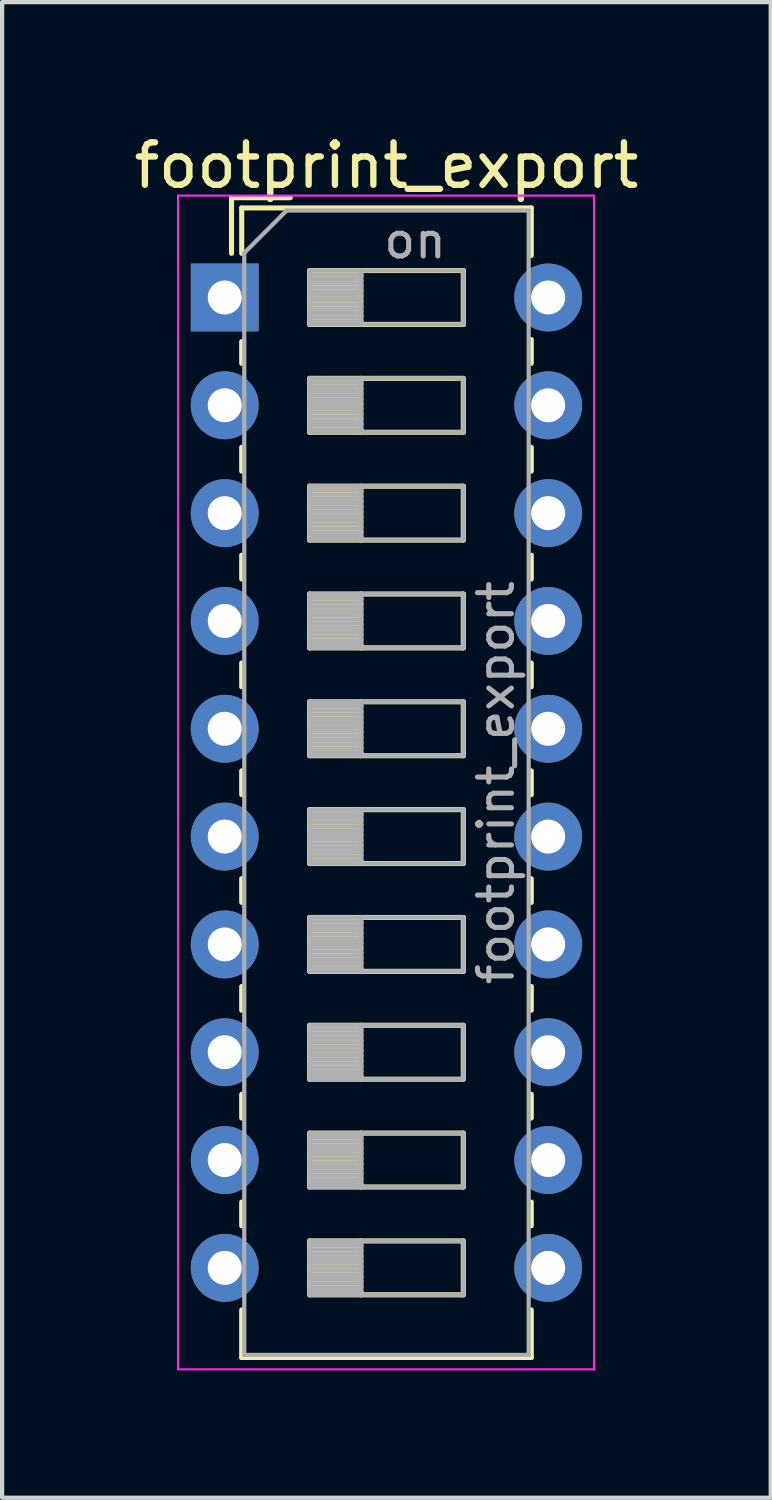
<source format=kicad_pcb>
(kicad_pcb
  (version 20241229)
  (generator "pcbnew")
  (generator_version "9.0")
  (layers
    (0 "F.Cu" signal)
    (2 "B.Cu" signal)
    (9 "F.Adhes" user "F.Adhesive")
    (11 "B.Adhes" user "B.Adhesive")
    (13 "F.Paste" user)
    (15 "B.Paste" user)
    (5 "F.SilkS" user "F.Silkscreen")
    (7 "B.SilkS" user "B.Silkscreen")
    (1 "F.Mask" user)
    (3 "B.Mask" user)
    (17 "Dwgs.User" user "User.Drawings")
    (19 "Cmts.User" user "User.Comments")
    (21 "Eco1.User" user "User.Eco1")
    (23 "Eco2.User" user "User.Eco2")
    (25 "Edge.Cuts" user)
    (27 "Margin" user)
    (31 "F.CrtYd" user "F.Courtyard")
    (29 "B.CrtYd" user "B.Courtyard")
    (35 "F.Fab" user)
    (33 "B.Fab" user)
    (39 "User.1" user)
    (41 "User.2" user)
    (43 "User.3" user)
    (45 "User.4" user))
  (footprint "footprint_export"
    (layer "F.Cu")
    (at 2.244 3.958)
    (property "Reference" "footprint_export" (at 3.81 -3.11 0) (layer "F.SilkS") (effects (font (size 1 1) (thickness 0.15))))
    (attr through_hole)
    (fp_line (start 0.16 -2.35) (end 0.16 -1.04) (stroke (width 0.12) (type solid)) (layer "F.SilkS"))
    (fp_line (start 0.16 -2.35) (end 1.543 -2.35) (stroke (width 0.12) (type solid)) (layer "F.SilkS"))
    (fp_line (start 0.4 -2.11) (end 0.4 -1.04) (stroke (width 0.12) (type solid)) (layer "F.SilkS"))
    (fp_line (start 0.4 -2.11) (end 7.221 -2.11) (stroke (width 0.12) (type solid)) (layer "F.SilkS"))
    (fp_line (start 0.4 1.04) (end 0.4 1.551) (stroke (width 0.12) (type solid)) (layer "F.SilkS"))
    (fp_line (start 0.4 3.53) (end 0.4 4.091) (stroke (width 0.12) (type solid)) (layer "F.SilkS"))
    (fp_line (start 0.4 6.07) (end 0.4 6.631) (stroke (width 0.12) (type solid)) (layer "F.SilkS"))
    (fp_line (start 0.4 8.61) (end 0.4 9.17) (stroke (width 0.12) (type solid)) (layer "F.SilkS"))
    (fp_line (start 0.4 11.15) (end 0.4 11.71) (stroke (width 0.12) (type solid)) (layer "F.SilkS"))
    (fp_line (start 0.4 13.69) (end 0.4 14.25) (stroke (width 0.12) (type solid)) (layer "F.SilkS"))
    (fp_line (start 0.4 16.23) (end 0.4 16.79) (stroke (width 0.12) (type solid)) (layer "F.SilkS"))
    (fp_line (start 0.4 18.77) (end 0.4 19.33) (stroke (width 0.12) (type solid)) (layer "F.SilkS"))
    (fp_line (start 0.4 21.31) (end 0.4 21.87) (stroke (width 0.12) (type solid)) (layer "F.SilkS"))
    (fp_line (start 0.4 23.85) (end 0.4 24.971) (stroke (width 0.12) (type solid)) (layer "F.SilkS"))
    (fp_line (start 0.4 24.971) (end 7.221 24.971) (stroke (width 0.12) (type solid)) (layer "F.SilkS"))
    (fp_line (start 2 -0.635) (end 2 0.635) (stroke (width 0.12) (type solid)) (layer "F.SilkS"))
    (fp_line (start 2 -0.515) (end 3.207 -0.515) (stroke (width 0.12) (type solid)) (layer "F.SilkS"))
    (fp_line (start 2 -0.395) (end 3.207 -0.395) (stroke (width 0.12) (type solid)) (layer "F.SilkS"))
    (fp_line (start 2 -0.275) (end 3.207 -0.275) (stroke (width 0.12) (type solid)) (layer "F.SilkS"))
    (fp_line (start 2 -0.155) (end 3.207 -0.155) (stroke (width 0.12) (type solid)) (layer "F.SilkS"))
    (fp_line (start 2 -0.035) (end 3.207 -0.035) (stroke (width 0.12) (type solid)) (layer "F.SilkS"))
    (fp_line (start 2 0.085) (end 3.207 0.085) (stroke (width 0.12) (type solid)) (layer "F.SilkS"))
    (fp_line (start 2 0.205) (end 3.207 0.205) (stroke (width 0.12) (type solid)) (layer "F.SilkS"))
    (fp_line (start 2 0.325) (end 3.207 0.325) (stroke (width 0.12) (type solid)) (layer "F.SilkS"))
    (fp_line (start 2 0.445) (end 3.207 0.445) (stroke (width 0.12) (type solid)) (layer "F.SilkS"))
    (fp_line (start 2 0.565) (end 3.207 0.565) (stroke (width 0.12) (type solid)) (layer "F.SilkS"))
    (fp_line (start 2 0.635) (end 5.62 0.635) (stroke (width 0.12) (type solid)) (layer "F.SilkS"))
    (fp_line (start 2 1.905) (end 2 3.175) (stroke (width 0.12) (type solid)) (layer "F.SilkS"))
    (fp_line (start 2 2.025) (end 3.207 2.025) (stroke (width 0.12) (type solid)) (layer "F.SilkS"))
    (fp_line (start 2 2.145) (end 3.207 2.145) (stroke (width 0.12) (type solid)) (layer "F.SilkS"))
    (fp_line (start 2 2.265) (end 3.207 2.265) (stroke (width 0.12) (type solid)) (layer "F.SilkS"))
    (fp_line (start 2 2.385) (end 3.207 2.385) (stroke (width 0.12) (type solid)) (layer "F.SilkS"))
    (fp_line (start 2 2.505) (end 3.207 2.505) (stroke (width 0.12) (type solid)) (layer "F.SilkS"))
    (fp_line (start 2 2.625) (end 3.207 2.625) (stroke (width 0.12) (type solid)) (layer "F.SilkS"))
    (fp_line (start 2 2.745) (end 3.207 2.745) (stroke (width 0.12) (type solid)) (layer "F.SilkS"))
    (fp_line (start 2 2.865) (end 3.207 2.865) (stroke (width 0.12) (type solid)) (layer "F.SilkS"))
    (fp_line (start 2 2.985) (end 3.207 2.985) (stroke (width 0.12) (type solid)) (layer "F.SilkS"))
    (fp_line (start 2 3.105) (end 3.207 3.105) (stroke (width 0.12) (type solid)) (layer "F.SilkS"))
    (fp_line (start 2 3.175) (end 5.62 3.175) (stroke (width 0.12) (type solid)) (layer "F.SilkS"))
    (fp_line (start 2 4.445) (end 2 5.715) (stroke (width 0.12) (type solid)) (layer "F.SilkS"))
    (fp_line (start 2 4.565) (end 3.207 4.565) (stroke (width 0.12) (type solid)) (layer "F.SilkS"))
    (fp_line (start 2 4.685) (end 3.207 4.685) (stroke (width 0.12) (type solid)) (layer "F.SilkS"))
    (fp_line (start 2 4.805) (end 3.207 4.805) (stroke (width 0.12) (type solid)) (layer "F.SilkS"))
    (fp_line (start 2 4.925) (end 3.207 4.925) (stroke (width 0.12) (type solid)) (layer "F.SilkS"))
    (fp_line (start 2 5.045) (end 3.207 5.045) (stroke (width 0.12) (type solid)) (layer "F.SilkS"))
    (fp_line (start 2 5.165) (end 3.207 5.165) (stroke (width 0.12) (type solid)) (layer "F.SilkS"))
    (fp_line (start 2 5.285) (end 3.207 5.285) (stroke (width 0.12) (type solid)) (layer "F.SilkS"))
    (fp_line (start 2 5.405) (end 3.207 5.405) (stroke (width 0.12) (type solid)) (layer "F.SilkS"))
    (fp_line (start 2 5.525) (end 3.207 5.525) (stroke (width 0.12) (type solid)) (layer "F.SilkS"))
    (fp_line (start 2 5.645) (end 3.207 5.645) (stroke (width 0.12) (type solid)) (layer "F.SilkS"))
    (fp_line (start 2 5.715) (end 5.62 5.715) (stroke (width 0.12) (type solid)) (layer "F.SilkS"))
    (fp_line (start 2 6.985) (end 2 8.255) (stroke (width 0.12) (type solid)) (layer "F.SilkS"))
    (fp_line (start 2 7.105) (end 3.207 7.105) (stroke (width 0.12) (type solid)) (layer "F.SilkS"))
    (fp_line (start 2 7.225) (end 3.207 7.225) (stroke (width 0.12) (type solid)) (layer "F.SilkS"))
    (fp_line (start 2 7.345) (end 3.207 7.345) (stroke (width 0.12) (type solid)) (layer "F.SilkS"))
    (fp_line (start 2 7.465) (end 3.207 7.465) (stroke (width 0.12) (type solid)) (layer "F.SilkS"))
    (fp_line (start 2 7.585) (end 3.207 7.585) (stroke (width 0.12) (type solid)) (layer "F.SilkS"))
    (fp_line (start 2 7.705) (end 3.207 7.705) (stroke (width 0.12) (type solid)) (layer "F.SilkS"))
    (fp_line (start 2 7.825) (end 3.207 7.825) (stroke (width 0.12) (type solid)) (layer "F.SilkS"))
    (fp_line (start 2 7.945) (end 3.207 7.945) (stroke (width 0.12) (type solid)) (layer "F.SilkS"))
    (fp_line (start 2 8.065) (end 3.207 8.065) (stroke (width 0.12) (type solid)) (layer "F.SilkS"))
    (fp_line (start 2 8.185) (end 3.207 8.185) (stroke (width 0.12) (type solid)) (layer "F.SilkS"))
    (fp_line (start 2 8.255) (end 5.62 8.255) (stroke (width 0.12) (type solid)) (layer "F.SilkS"))
    (fp_line (start 2 9.525) (end 2 10.795) (stroke (width 0.12) (type solid)) (layer "F.SilkS"))
    (fp_line (start 2 9.645) (end 3.207 9.645) (stroke (width 0.12) (type solid)) (layer "F.SilkS"))
    (fp_line (start 2 9.765) (end 3.207 9.765) (stroke (width 0.12) (type solid)) (layer "F.SilkS"))
    (fp_line (start 2 9.885) (end 3.207 9.885) (stroke (width 0.12) (type solid)) (layer "F.SilkS"))
    (fp_line (start 2 10.005) (end 3.207 10.005) (stroke (width 0.12) (type solid)) (layer "F.SilkS"))
    (fp_line (start 2 10.125) (end 3.207 10.125) (stroke (width 0.12) (type solid)) (layer "F.SilkS"))
    (fp_line (start 2 10.245) (end 3.207 10.245) (stroke (width 0.12) (type solid)) (layer "F.SilkS"))
    (fp_line (start 2 10.365) (end 3.207 10.365) (stroke (width 0.12) (type solid)) (layer "F.SilkS"))
    (fp_line (start 2 10.485) (end 3.207 10.485) (stroke (width 0.12) (type solid)) (layer "F.SilkS"))
    (fp_line (start 2 10.605) (end 3.207 10.605) (stroke (width 0.12) (type solid)) (layer "F.SilkS"))
    (fp_line (start 2 10.725) (end 3.207 10.725) (stroke (width 0.12) (type solid)) (layer "F.SilkS"))
    (fp_line (start 2 10.795) (end 5.62 10.795) (stroke (width 0.12) (type solid)) (layer "F.SilkS"))
    (fp_line (start 2 12.065) (end 2 13.335) (stroke (width 0.12) (type solid)) (layer "F.SilkS"))
    (fp_line (start 2 12.185) (end 3.207 12.185) (stroke (width 0.12) (type solid)) (layer "F.SilkS"))
    (fp_line (start 2 12.305) (end 3.207 12.305) (stroke (width 0.12) (type solid)) (layer "F.SilkS"))
    (fp_line (start 2 12.425) (end 3.207 12.425) (stroke (width 0.12) (type solid)) (layer "F.SilkS"))
    (fp_line (start 2 12.545) (end 3.207 12.545) (stroke (width 0.12) (type solid)) (layer "F.SilkS"))
    (fp_line (start 2 12.665) (end 3.207 12.665) (stroke (width 0.12) (type solid)) (layer "F.SilkS"))
    (fp_line (start 2 12.785) (end 3.207 12.785) (stroke (width 0.12) (type solid)) (layer "F.SilkS"))
    (fp_line (start 2 12.905) (end 3.207 12.905) (stroke (width 0.12) (type solid)) (layer "F.SilkS"))
    (fp_line (start 2 13.025) (end 3.207 13.025) (stroke (width 0.12) (type solid)) (layer "F.SilkS"))
    (fp_line (start 2 13.145) (end 3.207 13.145) (stroke (width 0.12) (type solid)) (layer "F.SilkS"))
    (fp_line (start 2 13.265) (end 3.207 13.265) (stroke (width 0.12) (type solid)) (layer "F.SilkS"))
    (fp_line (start 2 13.335) (end 5.62 13.335) (stroke (width 0.12) (type solid)) (layer "F.SilkS"))
    (fp_line (start 2 14.605) (end 2 15.875) (stroke (width 0.12) (type solid)) (layer "F.SilkS"))
    (fp_line (start 2 14.725) (end 3.207 14.725) (stroke (width 0.12) (type solid)) (layer "F.SilkS"))
    (fp_line (start 2 14.845) (end 3.207 14.845) (stroke (width 0.12) (type solid)) (layer "F.SilkS"))
    (fp_line (start 2 14.965) (end 3.207 14.965) (stroke (width 0.12) (type solid)) (layer "F.SilkS"))
    (fp_line (start 2 15.085) (end 3.207 15.085) (stroke (width 0.12) (type solid)) (layer "F.SilkS"))
    (fp_line (start 2 15.205) (end 3.207 15.205) (stroke (width 0.12) (type solid)) (layer "F.SilkS"))
    (fp_line (start 2 15.325) (end 3.207 15.325) (stroke (width 0.12) (type solid)) (layer "F.SilkS"))
    (fp_line (start 2 15.445) (end 3.207 15.445) (stroke (width 0.12) (type solid)) (layer "F.SilkS"))
    (fp_line (start 2 15.565) (end 3.207 15.565) (stroke (width 0.12) (type solid)) (layer "F.SilkS"))
    (fp_line (start 2 15.685) (end 3.207 15.685) (stroke (width 0.12) (type solid)) (layer "F.SilkS"))
    (fp_line (start 2 15.805) (end 3.207 15.805) (stroke (width 0.12) (type solid)) (layer "F.SilkS"))
    (fp_line (start 2 15.875) (end 5.62 15.875) (stroke (width 0.12) (type solid)) (layer "F.SilkS"))
    (fp_line (start 2 17.145) (end 2 18.415) (stroke (width 0.12) (type solid)) (layer "F.SilkS"))
    (fp_line (start 2 17.265) (end 3.207 17.265) (stroke (width 0.12) (type solid)) (layer "F.SilkS"))
    (fp_line (start 2 17.385) (end 3.207 17.385) (stroke (width 0.12) (type solid)) (layer "F.SilkS"))
    (fp_line (start 2 17.505) (end 3.207 17.505) (stroke (width 0.12) (type solid)) (layer "F.SilkS"))
    (fp_line (start 2 17.625) (end 3.207 17.625) (stroke (width 0.12) (type solid)) (layer "F.SilkS"))
    (fp_line (start 2 17.745) (end 3.207 17.745) (stroke (width 0.12) (type solid)) (layer "F.SilkS"))
    (fp_line (start 2 17.865) (end 3.207 17.865) (stroke (width 0.12) (type solid)) (layer "F.SilkS"))
    (fp_line (start 2 17.985) (end 3.207 17.985) (stroke (width 0.12) (type solid)) (layer "F.SilkS"))
    (fp_line (start 2 18.105) (end 3.207 18.105) (stroke (width 0.12) (type solid)) (layer "F.SilkS"))
    (fp_line (start 2 18.225) (end 3.207 18.225) (stroke (width 0.12) (type solid)) (layer "F.SilkS"))
    (fp_line (start 2 18.345) (end 3.207 18.345) (stroke (width 0.12) (type solid)) (layer "F.SilkS"))
    (fp_line (start 2 18.415) (end 5.62 18.415) (stroke (width 0.12) (type solid)) (layer "F.SilkS"))
    (fp_line (start 2 19.685) (end 2 20.955) (stroke (width 0.12) (type solid)) (layer "F.SilkS"))
    (fp_line (start 2 19.805) (end 3.207 19.805) (stroke (width 0.12) (type solid)) (layer "F.SilkS"))
    (fp_line (start 2 19.925) (end 3.207 19.925) (stroke (width 0.12) (type solid)) (layer "F.SilkS"))
    (fp_line (start 2 20.045) (end 3.207 20.045) (stroke (width 0.12) (type solid)) (layer "F.SilkS"))
    (fp_line (start 2 20.165) (end 3.207 20.165) (stroke (width 0.12) (type solid)) (layer "F.SilkS"))
    (fp_line (start 2 20.285) (end 3.207 20.285) (stroke (width 0.12) (type solid)) (layer "F.SilkS"))
    (fp_line (start 2 20.405) (end 3.207 20.405) (stroke (width 0.12) (type solid)) (layer "F.SilkS"))
    (fp_line (start 2 20.525) (end 3.207 20.525) (stroke (width 0.12) (type solid)) (layer "F.SilkS"))
    (fp_line (start 2 20.645) (end 3.207 20.645) (stroke (width 0.12) (type solid)) (layer "F.SilkS"))
    (fp_line (start 2 20.765) (end 3.207 20.765) (stroke (width 0.12) (type solid)) (layer "F.SilkS"))
    (fp_line (start 2 20.885) (end 3.207 20.885) (stroke (width 0.12) (type solid)) (layer "F.SilkS"))
    (fp_line (start 2 20.955) (end 5.62 20.955) (stroke (width 0.12) (type solid)) (layer "F.SilkS"))
    (fp_line (start 2 22.225) (end 2 23.495) (stroke (width 0.12) (type solid)) (layer "F.SilkS"))
    (fp_line (start 2 22.345) (end 3.207 22.345) (stroke (width 0.12) (type solid)) (layer "F.SilkS"))
    (fp_line (start 2 22.465) (end 3.207 22.465) (stroke (width 0.12) (type solid)) (layer "F.SilkS"))
    (fp_line (start 2 22.585) (end 3.207 22.585) (stroke (width 0.12) (type solid)) (layer "F.SilkS"))
    (fp_line (start 2 22.705) (end 3.207 22.705) (stroke (width 0.12) (type solid)) (layer "F.SilkS"))
    (fp_line (start 2 22.825) (end 3.207 22.825) (stroke (width 0.12) (type solid)) (layer "F.SilkS"))
    (fp_line (start 2 22.945) (end 3.207 22.945) (stroke (width 0.12) (type solid)) (layer "F.SilkS"))
    (fp_line (start 2 23.065) (end 3.207 23.065) (stroke (width 0.12) (type solid)) (layer "F.SilkS"))
    (fp_line (start 2 23.185) (end 3.207 23.185) (stroke (width 0.12) (type solid)) (layer "F.SilkS"))
    (fp_line (start 2 23.305) (end 3.207 23.305) (stroke (width 0.12) (type solid)) (layer "F.SilkS"))
    (fp_line (start 2 23.425) (end 3.207 23.425) (stroke (width 0.12) (type solid)) (layer "F.SilkS"))
    (fp_line (start 2 23.495) (end 5.62 23.495) (stroke (width 0.12) (type solid)) (layer "F.SilkS"))
    (fp_line (start 3.207 -0.635) (end 3.207 0.635) (stroke (width 0.12) (type solid)) (layer "F.SilkS"))
    (fp_line (start 3.207 1.905) (end 3.207 3.175) (stroke (width 0.12) (type solid)) (layer "F.SilkS"))
    (fp_line (start 3.207 4.445) (end 3.207 5.715) (stroke (width 0.12) (type solid)) (layer "F.SilkS"))
    (fp_line (start 3.207 6.985) (end 3.207 8.255) (stroke (width 0.12) (type solid)) (layer "F.SilkS"))
    (fp_line (start 3.207 9.525) (end 3.207 10.795) (stroke (width 0.12) (type solid)) (layer "F.SilkS"))
    (fp_line (start 3.207 12.065) (end 3.207 13.335) (stroke (width 0.12) (type solid)) (layer "F.SilkS"))
    (fp_line (start 3.207 14.605) (end 3.207 15.875) (stroke (width 0.12) (type solid)) (layer "F.SilkS"))
    (fp_line (start 3.207 17.145) (end 3.207 18.415) (stroke (width 0.12) (type solid)) (layer "F.SilkS"))
    (fp_line (start 3.207 19.685) (end 3.207 20.955) (stroke (width 0.12) (type solid)) (layer "F.SilkS"))
    (fp_line (start 3.207 22.225) (end 3.207 23.495) (stroke (width 0.12) (type solid)) (layer "F.SilkS"))
    (fp_line (start 5.62 -0.635) (end 2 -0.635) (stroke (width 0.12) (type solid)) (layer "F.SilkS"))
    (fp_line (start 5.62 0.635) (end 5.62 -0.635) (stroke (width 0.12) (type solid)) (layer "F.SilkS"))
    (fp_line (start 5.62 1.905) (end 2 1.905) (stroke (width 0.12) (type solid)) (layer "F.SilkS"))
    (fp_line (start 5.62 3.175) (end 5.62 1.905) (stroke (width 0.12) (type solid)) (layer "F.SilkS"))
    (fp_line (start 5.62 4.445) (end 2 4.445) (stroke (width 0.12) (type solid)) (layer "F.SilkS"))
    (fp_line (start 5.62 5.715) (end 5.62 4.445) (stroke (width 0.12) (type solid)) (layer "F.SilkS"))
    (fp_line (start 5.62 6.985) (end 2 6.985) (stroke (width 0.12) (type solid)) (layer "F.SilkS"))
    (fp_line (start 5.62 8.255) (end 5.62 6.985) (stroke (width 0.12) (type solid)) (layer "F.SilkS"))
    (fp_line (start 5.62 9.525) (end 2 9.525) (stroke (width 0.12) (type solid)) (layer "F.SilkS"))
    (fp_line (start 5.62 10.795) (end 5.62 9.525) (stroke (width 0.12) (type solid)) (layer "F.SilkS"))
    (fp_line (start 5.62 12.065) (end 2 12.065) (stroke (width 0.12) (type solid)) (layer "F.SilkS"))
    (fp_line (start 5.62 13.335) (end 5.62 12.065) (stroke (width 0.12) (type solid)) (layer "F.SilkS"))
    (fp_line (start 5.62 14.605) (end 2 14.605) (stroke (width 0.12) (type solid)) (layer "F.SilkS"))
    (fp_line (start 5.62 15.875) (end 5.62 14.605) (stroke (width 0.12) (type solid)) (layer "F.SilkS"))
    (fp_line (start 5.62 17.145) (end 2 17.145) (stroke (width 0.12) (type solid)) (layer "F.SilkS"))
    (fp_line (start 5.62 18.415) (end 5.62 17.145) (stroke (width 0.12) (type solid)) (layer "F.SilkS"))
    (fp_line (start 5.62 19.685) (end 2 19.685) (stroke (width 0.12) (type solid)) (layer "F.SilkS"))
    (fp_line (start 5.62 20.955) (end 5.62 19.685) (stroke (width 0.12) (type solid)) (layer "F.SilkS"))
    (fp_line (start 5.62 22.225) (end 2 22.225) (stroke (width 0.12) (type solid)) (layer "F.SilkS"))
    (fp_line (start 5.62 23.495) (end 5.62 22.225) (stroke (width 0.12) (type solid)) (layer "F.SilkS"))
    (fp_line (start 7.221 -2.11) (end 7.221 -0.99) (stroke (width 0.12) (type solid)) (layer "F.SilkS"))
    (fp_line (start 7.221 0.991) (end 7.221 1.551) (stroke (width 0.12) (type solid)) (layer "F.SilkS"))
    (fp_line (start 7.221 3.531) (end 7.221 4.091) (stroke (width 0.12) (type solid)) (layer "F.SilkS"))
    (fp_line (start 7.221 6.071) (end 7.221 6.631) (stroke (width 0.12) (type solid)) (layer "F.SilkS"))
    (fp_line (start 7.221 8.611) (end 7.221 9.171) (stroke (width 0.12) (type solid)) (layer "F.SilkS"))
    (fp_line (start 7.221 11.151) (end 7.221 11.711) (stroke (width 0.12) (type solid)) (layer "F.SilkS"))
    (fp_line (start 7.221 13.691) (end 7.221 14.251) (stroke (width 0.12) (type solid)) (layer "F.SilkS"))
    (fp_line (start 7.221 16.231) (end 7.221 16.79) (stroke (width 0.12) (type solid)) (layer "F.SilkS"))
    (fp_line (start 7.221 18.771) (end 7.221 19.33) (stroke (width 0.12) (type solid)) (layer "F.SilkS"))
    (fp_line (start 7.221 21.311) (end 7.221 21.87) (stroke (width 0.12) (type solid)) (layer "F.SilkS"))
    (fp_line (start 7.221 23.85) (end 7.221 24.971) (stroke (width 0.12) (type solid)) (layer "F.SilkS"))
    (fp_line (start -1.1 -2.4) (end -1.1 25.25) (stroke (width 0.05) (type solid)) (layer "F.CrtYd"))
    (fp_line (start -1.1 25.25) (end 8.7 25.25) (stroke (width 0.05) (type solid)) (layer "F.CrtYd"))
    (fp_line (start 8.7 -2.4) (end -1.1 -2.4) (stroke (width 0.05) (type solid)) (layer "F.CrtYd"))
    (fp_line (start 8.7 25.25) (end 8.7 -2.4) (stroke (width 0.05) (type solid)) (layer "F.CrtYd"))
    (fp_line (start 0.46 -1.05) (end 1.46 -2.05) (stroke (width 0.1) (type solid)) (layer "F.Fab"))
    (fp_line (start 0.46 24.91) (end 0.46 -1.05) (stroke (width 0.1) (type solid)) (layer "F.Fab"))
    (fp_line (start 1.46 -2.05) (end 7.16 -2.05) (stroke (width 0.1) (type solid)) (layer "F.Fab"))
    (fp_line (start 2 -0.635) (end 2 0.635) (stroke (width 0.1) (type solid)) (layer "F.Fab"))
    (fp_line (start 2 -0.535) (end 3.207 -0.535) (stroke (width 0.1) (type solid)) (layer "F.Fab"))
    (fp_line (start 2 -0.435) (end 3.207 -0.435) (stroke (width 0.1) (type solid)) (layer "F.Fab"))
    (fp_line (start 2 -0.335) (end 3.207 -0.335) (stroke (width 0.1) (type solid)) (layer "F.Fab"))
    (fp_line (start 2 -0.235) (end 3.207 -0.235) (stroke (width 0.1) (type solid)) (layer "F.Fab"))
    (fp_line (start 2 -0.135) (end 3.207 -0.135) (stroke (width 0.1) (type solid)) (layer "F.Fab"))
    (fp_line (start 2 -0.035) (end 3.207 -0.035) (stroke (width 0.1) (type solid)) (layer "F.Fab"))
    (fp_line (start 2 0.065) (end 3.207 0.065) (stroke (width 0.1) (type solid)) (layer "F.Fab"))
    (fp_line (start 2 0.165) (end 3.207 0.165) (stroke (width 0.1) (type solid)) (layer "F.Fab"))
    (fp_line (start 2 0.265) (end 3.207 0.265) (stroke (width 0.1) (type solid)) (layer "F.Fab"))
    (fp_line (start 2 0.365) (end 3.207 0.365) (stroke (width 0.1) (type solid)) (layer "F.Fab"))
    (fp_line (start 2 0.465) (end 3.207 0.465) (stroke (width 0.1) (type solid)) (layer "F.Fab"))
    (fp_line (start 2 0.565) (end 3.207 0.565) (stroke (width 0.1) (type solid)) (layer "F.Fab"))
    (fp_line (start 2 0.635) (end 5.62 0.635) (stroke (width 0.1) (type solid)) (layer "F.Fab"))
    (fp_line (start 2 1.905) (end 2 3.175) (stroke (width 0.1) (type solid)) (layer "F.Fab"))
    (fp_line (start 2 2.005) (end 3.207 2.005) (stroke (width 0.1) (type solid)) (layer "F.Fab"))
    (fp_line (start 2 2.105) (end 3.207 2.105) (stroke (width 0.1) (type solid)) (layer "F.Fab"))
    (fp_line (start 2 2.205) (end 3.207 2.205) (stroke (width 0.1) (type solid)) (layer "F.Fab"))
    (fp_line (start 2 2.305) (end 3.207 2.305) (stroke (width 0.1) (type solid)) (layer "F.Fab"))
    (fp_line (start 2 2.405) (end 3.207 2.405) (stroke (width 0.1) (type solid)) (layer "F.Fab"))
    (fp_line (start 2 2.505) (end 3.207 2.505) (stroke (width 0.1) (type solid)) (layer "F.Fab"))
    (fp_line (start 2 2.605) (end 3.207 2.605) (stroke (width 0.1) (type solid)) (layer "F.Fab"))
    (fp_line (start 2 2.705) (end 3.207 2.705) (stroke (width 0.1) (type solid)) (layer "F.Fab"))
    (fp_line (start 2 2.805) (end 3.207 2.805) (stroke (width 0.1) (type solid)) (layer "F.Fab"))
    (fp_line (start 2 2.905) (end 3.207 2.905) (stroke (width 0.1) (type solid)) (layer "F.Fab"))
    (fp_line (start 2 3.005) (end 3.207 3.005) (stroke (width 0.1) (type solid)) (layer "F.Fab"))
    (fp_line (start 2 3.105) (end 3.207 3.105) (stroke (width 0.1) (type solid)) (layer "F.Fab"))
    (fp_line (start 2 3.175) (end 5.62 3.175) (stroke (width 0.1) (type solid)) (layer "F.Fab"))
    (fp_line (start 2 4.445) (end 2 5.715) (stroke (width 0.1) (type solid)) (layer "F.Fab"))
    (fp_line (start 2 4.545) (end 3.207 4.545) (stroke (width 0.1) (type solid)) (layer "F.Fab"))
    (fp_line (start 2 4.645) (end 3.207 4.645) (stroke (width 0.1) (type solid)) (layer "F.Fab"))
    (fp_line (start 2 4.745) (end 3.207 4.745) (stroke (width 0.1) (type solid)) (layer "F.Fab"))
    (fp_line (start 2 4.845) (end 3.207 4.845) (stroke (width 0.1) (type solid)) (layer "F.Fab"))
    (fp_line (start 2 4.945) (end 3.207 4.945) (stroke (width 0.1) (type solid)) (layer "F.Fab"))
    (fp_line (start 2 5.045) (end 3.207 5.045) (stroke (width 0.1) (type solid)) (layer "F.Fab"))
    (fp_line (start 2 5.145) (end 3.207 5.145) (stroke (width 0.1) (type solid)) (layer "F.Fab"))
    (fp_line (start 2 5.245) (end 3.207 5.245) (stroke (width 0.1) (type solid)) (layer "F.Fab"))
    (fp_line (start 2 5.345) (end 3.207 5.345) (stroke (width 0.1) (type solid)) (layer "F.Fab"))
    (fp_line (start 2 5.445) (end 3.207 5.445) (stroke (width 0.1) (type solid)) (layer "F.Fab"))
    (fp_line (start 2 5.545) (end 3.207 5.545) (stroke (width 0.1) (type solid)) (layer "F.Fab"))
    (fp_line (start 2 5.645) (end 3.207 5.645) (stroke (width 0.1) (type solid)) (layer "F.Fab"))
    (fp_line (start 2 5.715) (end 5.62 5.715) (stroke (width 0.1) (type solid)) (layer "F.Fab"))
    (fp_line (start 2 6.985) (end 2 8.255) (stroke (width 0.1) (type solid)) (layer "F.Fab"))
    (fp_line (start 2 7.085) (end 3.207 7.085) (stroke (width 0.1) (type solid)) (layer "F.Fab"))
    (fp_line (start 2 7.185) (end 3.207 7.185) (stroke (width 0.1) (type solid)) (layer "F.Fab"))
    (fp_line (start 2 7.285) (end 3.207 7.285) (stroke (width 0.1) (type solid)) (layer "F.Fab"))
    (fp_line (start 2 7.385) (end 3.207 7.385) (stroke (width 0.1) (type solid)) (layer "F.Fab"))
    (fp_line (start 2 7.485) (end 3.207 7.485) (stroke (width 0.1) (type solid)) (layer "F.Fab"))
    (fp_line (start 2 7.585) (end 3.207 7.585) (stroke (width 0.1) (type solid)) (layer "F.Fab"))
    (fp_line (start 2 7.685) (end 3.207 7.685) (stroke (width 0.1) (type solid)) (layer "F.Fab"))
    (fp_line (start 2 7.785) (end 3.207 7.785) (stroke (width 0.1) (type solid)) (layer "F.Fab"))
    (fp_line (start 2 7.885) (end 3.207 7.885) (stroke (width 0.1) (type solid)) (layer "F.Fab"))
    (fp_line (start 2 7.985) (end 3.207 7.985) (stroke (width 0.1) (type solid)) (layer "F.Fab"))
    (fp_line (start 2 8.085) (end 3.207 8.085) (stroke (width 0.1) (type solid)) (layer "F.Fab"))
    (fp_line (start 2 8.185) (end 3.207 8.185) (stroke (width 0.1) (type solid)) (layer "F.Fab"))
    (fp_line (start 2 8.255) (end 5.62 8.255) (stroke (width 0.1) (type solid)) (layer "F.Fab"))
    (fp_line (start 2 9.525) (end 2 10.795) (stroke (width 0.1) (type solid)) (layer "F.Fab"))
    (fp_line (start 2 9.625) (end 3.207 9.625) (stroke (width 0.1) (type solid)) (layer "F.Fab"))
    (fp_line (start 2 9.725) (end 3.207 9.725) (stroke (width 0.1) (type solid)) (layer "F.Fab"))
    (fp_line (start 2 9.825) (end 3.207 9.825) (stroke (width 0.1) (type solid)) (layer "F.Fab"))
    (fp_line (start 2 9.925) (end 3.207 9.925) (stroke (width 0.1) (type solid)) (layer "F.Fab"))
    (fp_line (start 2 10.025) (end 3.207 10.025) (stroke (width 0.1) (type solid)) (layer "F.Fab"))
    (fp_line (start 2 10.125) (end 3.207 10.125) (stroke (width 0.1) (type solid)) (layer "F.Fab"))
    (fp_line (start 2 10.225) (end 3.207 10.225) (stroke (width 0.1) (type solid)) (layer "F.Fab"))
    (fp_line (start 2 10.325) (end 3.207 10.325) (stroke (width 0.1) (type solid)) (layer "F.Fab"))
    (fp_line (start 2 10.425) (end 3.207 10.425) (stroke (width 0.1) (type solid)) (layer "F.Fab"))
    (fp_line (start 2 10.525) (end 3.207 10.525) (stroke (width 0.1) (type solid)) (layer "F.Fab"))
    (fp_line (start 2 10.625) (end 3.207 10.625) (stroke (width 0.1) (type solid)) (layer "F.Fab"))
    (fp_line (start 2 10.725) (end 3.207 10.725) (stroke (width 0.1) (type solid)) (layer "F.Fab"))
    (fp_line (start 2 10.795) (end 5.62 10.795) (stroke (width 0.1) (type solid)) (layer "F.Fab"))
    (fp_line (start 2 12.065) (end 2 13.335) (stroke (width 0.1) (type solid)) (layer "F.Fab"))
    (fp_line (start 2 12.165) (end 3.207 12.165) (stroke (width 0.1) (type solid)) (layer "F.Fab"))
    (fp_line (start 2 12.265) (end 3.207 12.265) (stroke (width 0.1) (type solid)) (layer "F.Fab"))
    (fp_line (start 2 12.365) (end 3.207 12.365) (stroke (width 0.1) (type solid)) (layer "F.Fab"))
    (fp_line (start 2 12.465) (end 3.207 12.465) (stroke (width 0.1) (type solid)) (layer "F.Fab"))
    (fp_line (start 2 12.565) (end 3.207 12.565) (stroke (width 0.1) (type solid)) (layer "F.Fab"))
    (fp_line (start 2 12.665) (end 3.207 12.665) (stroke (width 0.1) (type solid)) (layer "F.Fab"))
    (fp_line (start 2 12.765) (end 3.207 12.765) (stroke (width 0.1) (type solid)) (layer "F.Fab"))
    (fp_line (start 2 12.865) (end 3.207 12.865) (stroke (width 0.1) (type solid)) (layer "F.Fab"))
    (fp_line (start 2 12.965) (end 3.207 12.965) (stroke (width 0.1) (type solid)) (layer "F.Fab"))
    (fp_line (start 2 13.065) (end 3.207 13.065) (stroke (width 0.1) (type solid)) (layer "F.Fab"))
    (fp_line (start 2 13.165) (end 3.207 13.165) (stroke (width 0.1) (type solid)) (layer "F.Fab"))
    (fp_line (start 2 13.265) (end 3.207 13.265) (stroke (width 0.1) (type solid)) (layer "F.Fab"))
    (fp_line (start 2 13.335) (end 5.62 13.335) (stroke (width 0.1) (type solid)) (layer "F.Fab"))
    (fp_line (start 2 14.605) (end 2 15.875) (stroke (width 0.1) (type solid)) (layer "F.Fab"))
    (fp_line (start 2 14.705) (end 3.207 14.705) (stroke (width 0.1) (type solid)) (layer "F.Fab"))
    (fp_line (start 2 14.805) (end 3.207 14.805) (stroke (width 0.1) (type solid)) (layer "F.Fab"))
    (fp_line (start 2 14.905) (end 3.207 14.905) (stroke (width 0.1) (type solid)) (layer "F.Fab"))
    (fp_line (start 2 15.005) (end 3.207 15.005) (stroke (width 0.1) (type solid)) (layer "F.Fab"))
    (fp_line (start 2 15.105) (end 3.207 15.105) (stroke (width 0.1) (type solid)) (layer "F.Fab"))
    (fp_line (start 2 15.205) (end 3.207 15.205) (stroke (width 0.1) (type solid)) (layer "F.Fab"))
    (fp_line (start 2 15.305) (end 3.207 15.305) (stroke (width 0.1) (type solid)) (layer "F.Fab"))
    (fp_line (start 2 15.405) (end 3.207 15.405) (stroke (width 0.1) (type solid)) (layer "F.Fab"))
    (fp_line (start 2 15.505) (end 3.207 15.505) (stroke (width 0.1) (type solid)) (layer "F.Fab"))
    (fp_line (start 2 15.605) (end 3.207 15.605) (stroke (width 0.1) (type solid)) (layer "F.Fab"))
    (fp_line (start 2 15.705) (end 3.207 15.705) (stroke (width 0.1) (type solid)) (layer "F.Fab"))
    (fp_line (start 2 15.805) (end 3.207 15.805) (stroke (width 0.1) (type solid)) (layer "F.Fab"))
    (fp_line (start 2 15.875) (end 5.62 15.875) (stroke (width 0.1) (type solid)) (layer "F.Fab"))
    (fp_line (start 2 17.145) (end 2 18.415) (stroke (width 0.1) (type solid)) (layer "F.Fab"))
    (fp_line (start 2 17.245) (end 3.207 17.245) (stroke (width 0.1) (type solid)) (layer "F.Fab"))
    (fp_line (start 2 17.345) (end 3.207 17.345) (stroke (width 0.1) (type solid)) (layer "F.Fab"))
    (fp_line (start 2 17.445) (end 3.207 17.445) (stroke (width 0.1) (type solid)) (layer "F.Fab"))
    (fp_line (start 2 17.545) (end 3.207 17.545) (stroke (width 0.1) (type solid)) (layer "F.Fab"))
    (fp_line (start 2 17.645) (end 3.207 17.645) (stroke (width 0.1) (type solid)) (layer "F.Fab"))
    (fp_line (start 2 17.745) (end 3.207 17.745) (stroke (width 0.1) (type solid)) (layer "F.Fab"))
    (fp_line (start 2 17.845) (end 3.207 17.845) (stroke (width 0.1) (type solid)) (layer "F.Fab"))
    (fp_line (start 2 17.945) (end 3.207 17.945) (stroke (width 0.1) (type solid)) (layer "F.Fab"))
    (fp_line (start 2 18.045) (end 3.207 18.045) (stroke (width 0.1) (type solid)) (layer "F.Fab"))
    (fp_line (start 2 18.145) (end 3.207 18.145) (stroke (width 0.1) (type solid)) (layer "F.Fab"))
    (fp_line (start 2 18.245) (end 3.207 18.245) (stroke (width 0.1) (type solid)) (layer "F.Fab"))
    (fp_line (start 2 18.345) (end 3.207 18.345) (stroke (width 0.1) (type solid)) (layer "F.Fab"))
    (fp_line (start 2 18.415) (end 5.62 18.415) (stroke (width 0.1) (type solid)) (layer "F.Fab"))
    (fp_line (start 2 19.685) (end 2 20.955) (stroke (width 0.1) (type solid)) (layer "F.Fab"))
    (fp_line (start 2 19.785) (end 3.207 19.785) (stroke (width 0.1) (type solid)) (layer "F.Fab"))
    (fp_line (start 2 19.885) (end 3.207 19.885) (stroke (width 0.1) (type solid)) (layer "F.Fab"))
    (fp_line (start 2 19.985) (end 3.207 19.985) (stroke (width 0.1) (type solid)) (layer "F.Fab"))
    (fp_line (start 2 20.085) (end 3.207 20.085) (stroke (width 0.1) (type solid)) (layer "F.Fab"))
    (fp_line (start 2 20.185) (end 3.207 20.185) (stroke (width 0.1) (type solid)) (layer "F.Fab"))
    (fp_line (start 2 20.285) (end 3.207 20.285) (stroke (width 0.1) (type solid)) (layer "F.Fab"))
    (fp_line (start 2 20.385) (end 3.207 20.385) (stroke (width 0.1) (type solid)) (layer "F.Fab"))
    (fp_line (start 2 20.485) (end 3.207 20.485) (stroke (width 0.1) (type solid)) (layer "F.Fab"))
    (fp_line (start 2 20.585) (end 3.207 20.585) (stroke (width 0.1) (type solid)) (layer "F.Fab"))
    (fp_line (start 2 20.685) (end 3.207 20.685) (stroke (width 0.1) (type solid)) (layer "F.Fab"))
    (fp_line (start 2 20.785) (end 3.207 20.785) (stroke (width 0.1) (type solid)) (layer "F.Fab"))
    (fp_line (start 2 20.885) (end 3.207 20.885) (stroke (width 0.1) (type solid)) (layer "F.Fab"))
    (fp_line (start 2 20.955) (end 5.62 20.955) (stroke (width 0.1) (type solid)) (layer "F.Fab"))
    (fp_line (start 2 22.225) (end 2 23.495) (stroke (width 0.1) (type solid)) (layer "F.Fab"))
    (fp_line (start 2 22.325) (end 3.207 22.325) (stroke (width 0.1) (type solid)) (layer "F.Fab"))
    (fp_line (start 2 22.425) (end 3.207 22.425) (stroke (width 0.1) (type solid)) (layer "F.Fab"))
    (fp_line (start 2 22.525) (end 3.207 22.525) (stroke (width 0.1) (type solid)) (layer "F.Fab"))
    (fp_line (start 2 22.625) (end 3.207 22.625) (stroke (width 0.1) (type solid)) (layer "F.Fab"))
    (fp_line (start 2 22.725) (end 3.207 22.725) (stroke (width 0.1) (type solid)) (layer "F.Fab"))
    (fp_line (start 2 22.825) (end 3.207 22.825) (stroke (width 0.1) (type solid)) (layer "F.Fab"))
    (fp_line (start 2 22.925) (end 3.207 22.925) (stroke (width 0.1) (type solid)) (layer "F.Fab"))
    (fp_line (start 2 23.025) (end 3.207 23.025) (stroke (width 0.1) (type solid)) (layer "F.Fab"))
    (fp_line (start 2 23.125) (end 3.207 23.125) (stroke (width 0.1) (type solid)) (layer "F.Fab"))
    (fp_line (start 2 23.225) (end 3.207 23.225) (stroke (width 0.1) (type solid)) (layer "F.Fab"))
    (fp_line (start 2 23.325) (end 3.207 23.325) (stroke (width 0.1) (type solid)) (layer "F.Fab"))
    (fp_line (start 2 23.425) (end 3.207 23.425) (stroke (width 0.1) (type solid)) (layer "F.Fab"))
    (fp_line (start 2 23.495) (end 5.62 23.495) (stroke (width 0.1) (type solid)) (layer "F.Fab"))
    (fp_line (start 3.207 -0.635) (end 3.207 0.635) (stroke (width 0.1) (type solid)) (layer "F.Fab"))
    (fp_line (start 3.207 1.905) (end 3.207 3.175) (stroke (width 0.1) (type solid)) (layer "F.Fab"))
    (fp_line (start 3.207 4.445) (end 3.207 5.715) (stroke (width 0.1) (type solid)) (layer "F.Fab"))
    (fp_line (start 3.207 6.985) (end 3.207 8.255) (stroke (width 0.1) (type solid)) (layer "F.Fab"))
    (fp_line (start 3.207 9.525) (end 3.207 10.795) (stroke (width 0.1) (type solid)) (layer "F.Fab"))
    (fp_line (start 3.207 12.065) (end 3.207 13.335) (stroke (width 0.1) (type solid)) (layer "F.Fab"))
    (fp_line (start 3.207 14.605) (end 3.207 15.875) (stroke (width 0.1) (type solid)) (layer "F.Fab"))
    (fp_line (start 3.207 17.145) (end 3.207 18.415) (stroke (width 0.1) (type solid)) (layer "F.Fab"))
    (fp_line (start 3.207 19.685) (end 3.207 20.955) (stroke (width 0.1) (type solid)) (layer "F.Fab"))
    (fp_line (start 3.207 22.225) (end 3.207 23.495) (stroke (width 0.1) (type solid)) (layer "F.Fab"))
    (fp_line (start 5.62 -0.635) (end 2 -0.635) (stroke (width 0.1) (type solid)) (layer "F.Fab"))
    (fp_line (start 5.62 0.635) (end 5.62 -0.635) (stroke (width 0.1) (type solid)) (layer "F.Fab"))
    (fp_line (start 5.62 1.905) (end 2 1.905) (stroke (width 0.1) (type solid)) (layer "F.Fab"))
    (fp_line (start 5.62 3.175) (end 5.62 1.905) (stroke (width 0.1) (type solid)) (layer "F.Fab"))
    (fp_line (start 5.62 4.445) (end 2 4.445) (stroke (width 0.1) (type solid)) (layer "F.Fab"))
    (fp_line (start 5.62 5.715) (end 5.62 4.445) (stroke (width 0.1) (type solid)) (layer "F.Fab"))
    (fp_line (start 5.62 6.985) (end 2 6.985) (stroke (width 0.1) (type solid)) (layer "F.Fab"))
    (fp_line (start 5.62 8.255) (end 5.62 6.985) (stroke (width 0.1) (type solid)) (layer "F.Fab"))
    (fp_line (start 5.62 9.525) (end 2 9.525) (stroke (width 0.1) (type solid)) (layer "F.Fab"))
    (fp_line (start 5.62 10.795) (end 5.62 9.525) (stroke (width 0.1) (type solid)) (layer "F.Fab"))
    (fp_line (start 5.62 12.065) (end 2 12.065) (stroke (width 0.1) (type solid)) (layer "F.Fab"))
    (fp_line (start 5.62 13.335) (end 5.62 12.065) (stroke (width 0.1) (type solid)) (layer "F.Fab"))
    (fp_line (start 5.62 14.605) (end 2 14.605) (stroke (width 0.1) (type solid)) (layer "F.Fab"))
    (fp_line (start 5.62 15.875) (end 5.62 14.605) (stroke (width 0.1) (type solid)) (layer "F.Fab"))
    (fp_line (start 5.62 17.145) (end 2 17.145) (stroke (width 0.1) (type solid)) (layer "F.Fab"))
    (fp_line (start 5.62 18.415) (end 5.62 17.145) (stroke (width 0.1) (type solid)) (layer "F.Fab"))
    (fp_line (start 5.62 19.685) (end 2 19.685) (stroke (width 0.1) (type solid)) (layer "F.Fab"))
    (fp_line (start 5.62 20.955) (end 5.62 19.685) (stroke (width 0.1) (type solid)) (layer "F.Fab"))
    (fp_line (start 5.62 22.225) (end 2 22.225) (stroke (width 0.1) (type solid)) (layer "F.Fab"))
    (fp_line (start 5.62 23.495) (end 5.62 22.225) (stroke (width 0.1) (type solid)) (layer "F.Fab"))
    (fp_line (start 7.16 -2.05) (end 7.16 24.91) (stroke (width 0.1) (type solid)) (layer "F.Fab"))
    (fp_line (start 7.16 24.91) (end 0.46 24.91) (stroke (width 0.1) (type solid)) (layer "F.Fab"))
    (fp_text user "on" (at 4.485 -1.343 0) (layer "F.Fab") (effects (font (size 0.8 0.8) (thickness 0.12))))
    (fp_text user "${REFERENCE}" (at 6.39 11.43 90) (layer "F.Fab") (effects (font (size 0.8 0.8) (thickness 0.12))))
    (pad "1" thru_hole rect (at 0 0) (size 1.6 1.6) (drill 0.8) (layers "*.Cu" "*.Mask"))
    (pad "2" thru_hole oval (at 0 2.54) (size 1.6 1.6) (drill 0.8) (layers "*.Cu" "*.Mask"))
    (pad "3" thru_hole oval (at 0 5.08) (size 1.6 1.6) (drill 0.8) (layers "*.Cu" "*.Mask"))
    (pad "4" thru_hole oval (at 0 7.62) (size 1.6 1.6) (drill 0.8) (layers "*.Cu" "*.Mask"))
    (pad "5" thru_hole oval (at 0 10.16) (size 1.6 1.6) (drill 0.8) (layers "*.Cu" "*.Mask"))
    (pad "6" thru_hole oval (at 0 12.7) (size 1.6 1.6) (drill 0.8) (layers "*.Cu" "*.Mask"))
    (pad "7" thru_hole oval (at 0 15.24) (size 1.6 1.6) (drill 0.8) (layers "*.Cu" "*.Mask"))
    (pad "8" thru_hole oval (at 0 17.78) (size 1.6 1.6) (drill 0.8) (layers "*.Cu" "*.Mask"))
    (pad "9" thru_hole oval (at 0 20.32) (size 1.6 1.6) (drill 0.8) (layers "*.Cu" "*.Mask"))
    (pad "10" thru_hole oval (at 0 22.86) (size 1.6 1.6) (drill 0.8) (layers "*.Cu" "*.Mask"))
    (pad "11" thru_hole oval (at 7.62 22.86) (size 1.6 1.6) (drill 0.8) (layers "*.Cu" "*.Mask"))
    (pad "12" thru_hole oval (at 7.62 20.32) (size 1.6 1.6) (drill 0.8) (layers "*.Cu" "*.Mask"))
    (pad "13" thru_hole oval (at 7.62 17.78) (size 1.6 1.6) (drill 0.8) (layers "*.Cu" "*.Mask"))
    (pad "14" thru_hole oval (at 7.62 15.24) (size 1.6 1.6) (drill 0.8) (layers "*.Cu" "*.Mask"))
    (pad "15" thru_hole oval (at 7.62 12.7) (size 1.6 1.6) (drill 0.8) (layers "*.Cu" "*.Mask"))
    (pad "16" thru_hole oval (at 7.62 10.16) (size 1.6 1.6) (drill 0.8) (layers "*.Cu" "*.Mask"))
    (pad "17" thru_hole oval (at 7.62 7.62) (size 1.6 1.6) (drill 0.8) (layers "*.Cu" "*.Mask"))
    (pad "18" thru_hole oval (at 7.62 5.08) (size 1.6 1.6) (drill 0.8) (layers "*.Cu" "*.Mask"))
    (pad "19" thru_hole oval (at 7.62 2.54) (size 1.6 1.6) (drill 0.8) (layers "*.Cu" "*.Mask"))
    (pad "20" thru_hole oval (at 7.62 0) (size 1.6 1.6) (drill 0.8) (layers "*.Cu" "*.Mask")))
  (gr_rect
    (start -3 -3)
    (end 15.107 32.233)
    (stroke (width 0.1) (type default))
    (fill no)
    (layer "Edge.Cuts")))
</source>
